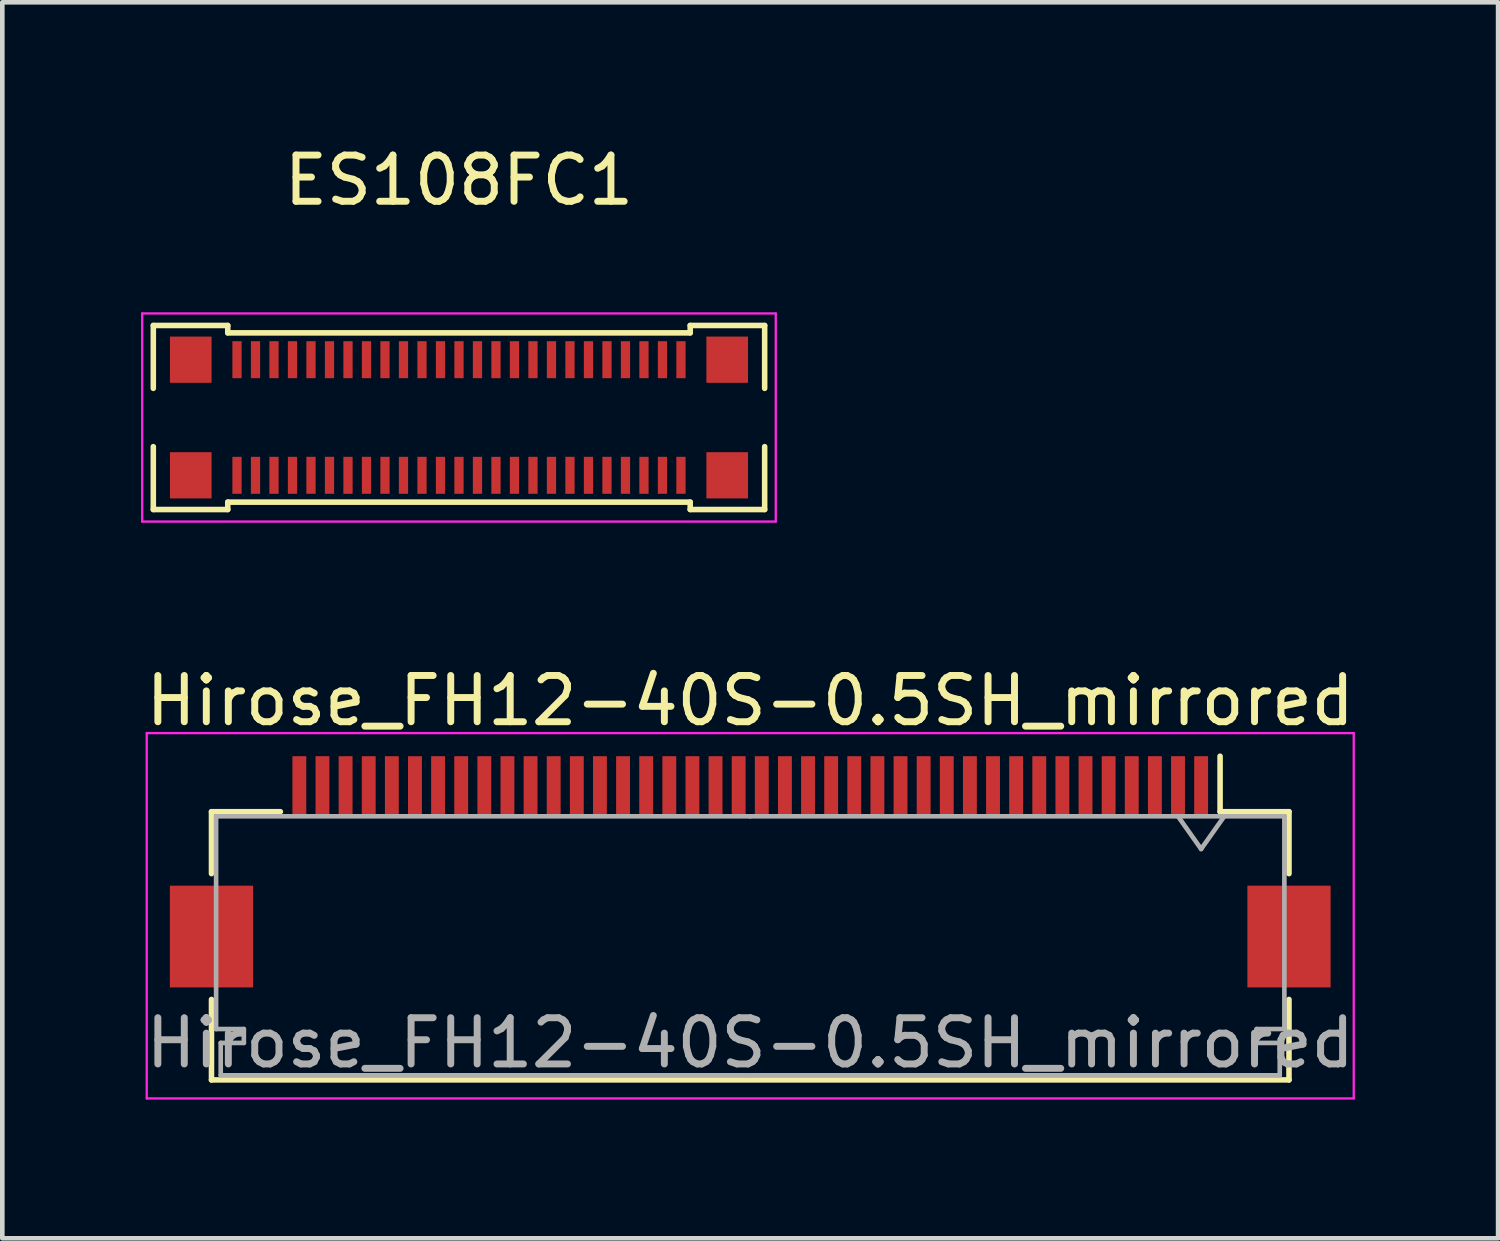
<source format=kicad_pcb>
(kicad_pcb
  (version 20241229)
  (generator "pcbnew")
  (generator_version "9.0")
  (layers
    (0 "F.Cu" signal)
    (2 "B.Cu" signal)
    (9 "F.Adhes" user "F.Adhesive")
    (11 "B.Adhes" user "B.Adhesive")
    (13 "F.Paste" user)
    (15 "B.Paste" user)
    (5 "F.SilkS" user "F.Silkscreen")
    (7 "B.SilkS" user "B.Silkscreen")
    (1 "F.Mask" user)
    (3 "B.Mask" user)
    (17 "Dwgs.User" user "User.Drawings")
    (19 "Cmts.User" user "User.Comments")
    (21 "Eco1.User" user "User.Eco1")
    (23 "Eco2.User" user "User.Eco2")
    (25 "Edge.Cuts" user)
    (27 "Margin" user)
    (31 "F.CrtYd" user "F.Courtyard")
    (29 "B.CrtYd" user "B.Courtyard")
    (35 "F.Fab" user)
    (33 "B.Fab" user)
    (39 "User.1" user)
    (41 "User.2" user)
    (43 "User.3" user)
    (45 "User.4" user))
  (footprint "Hirose_FH12-40S-0.5SH_mirrored"
    (layer "F.Cu")
    (at 13.173 15.802)
    (property "Reference" "Hirose_FH12-40S-0.5SH_mirrored" (at 0 -3.7 0) (layer "F.SilkS") (effects (font (size 1 1) (thickness 0.15))))
    (attr smd)
    (fp_line (start -11.65 -1.3) (end -11.65 0.04) (stroke (width 0.12) (type solid)) (layer "F.SilkS"))
    (fp_line (start -11.65 4.5) (end -11.65 2.76) (stroke (width 0.12) (type solid)) (layer "F.SilkS"))
    (fp_line (start -10.16 -1.3) (end -11.65 -1.3) (stroke (width 0.12) (type solid)) (layer "F.SilkS"))
    (fp_line (start 10.16 -1.3) (end 10.16 -2.5) (stroke (width 0.12) (type solid)) (layer "F.SilkS"))
    (fp_line (start 10.16 -1.3) (end 11.65 -1.3) (stroke (width 0.12) (type solid)) (layer "F.SilkS"))
    (fp_line (start 11.65 -1.3) (end 11.65 0.04) (stroke (width 0.12) (type solid)) (layer "F.SilkS"))
    (fp_line (start 11.65 2.76) (end 11.65 4.5) (stroke (width 0.12) (type solid)) (layer "F.SilkS"))
    (fp_line (start 11.65 4.5) (end -11.65 4.5) (stroke (width 0.12) (type solid)) (layer "F.SilkS"))
    (fp_line (start -13.05 -3) (end 13.05 -3) (stroke (width 0.05) (type solid)) (layer "F.CrtYd"))
    (fp_line (start -13.05 4.9) (end -13.05 -3) (stroke (width 0.05) (type solid)) (layer "F.CrtYd"))
    (fp_line (start 13.05 -3) (end 13.05 4.9) (stroke (width 0.05) (type solid)) (layer "F.CrtYd"))
    (fp_line (start 13.05 4.9) (end -13.05 4.9) (stroke (width 0.05) (type solid)) (layer "F.CrtYd"))
    (fp_line (start -11.55 -1.2) (end -11.55 3.4) (stroke (width 0.1) (type solid)) (layer "F.Fab"))
    (fp_line (start -11.55 3.4) (end -10.95 3.4) (stroke (width 0.1) (type solid)) (layer "F.Fab"))
    (fp_line (start -11.45 3.7) (end -11.45 4.4) (stroke (width 0.1) (type solid)) (layer "F.Fab"))
    (fp_line (start -11.45 4.4) (end 0 4.4) (stroke (width 0.1) (type solid)) (layer "F.Fab"))
    (fp_line (start -10.95 3.4) (end -10.95 3.7) (stroke (width 0.1) (type solid)) (layer "F.Fab"))
    (fp_line (start -10.95 3.7) (end -11.45 3.7) (stroke (width 0.1) (type solid)) (layer "F.Fab"))
    (fp_line (start 0 -1.2) (end -11.55 -1.2) (stroke (width 0.1) (type solid)) (layer "F.Fab"))
    (fp_line (start 0 -1.2) (end 11.55 -1.2) (stroke (width 0.1) (type solid)) (layer "F.Fab"))
    (fp_line (start 9.75 -0.493) (end 9.25 -1.2) (stroke (width 0.1) (type solid)) (layer "F.Fab"))
    (fp_line (start 10.25 -1.2) (end 9.75 -0.493) (stroke (width 0.1) (type solid)) (layer "F.Fab"))
    (fp_line (start 10.95 3.4) (end 10.95 3.7) (stroke (width 0.1) (type solid)) (layer "F.Fab"))
    (fp_line (start 10.95 3.7) (end 11.45 3.7) (stroke (width 0.1) (type solid)) (layer "F.Fab"))
    (fp_line (start 11.45 3.7) (end 11.45 4.4) (stroke (width 0.1) (type solid)) (layer "F.Fab"))
    (fp_line (start 11.45 4.4) (end 0 4.4) (stroke (width 0.1) (type solid)) (layer "F.Fab"))
    (fp_line (start 11.55 -1.2) (end 11.55 3.4) (stroke (width 0.1) (type solid)) (layer "F.Fab"))
    (fp_line (start 11.55 3.4) (end 10.95 3.4) (stroke (width 0.1) (type solid)) (layer "F.Fab"))
    (fp_text user "${REFERENCE}" (at 0 3.7 0) (layer "F.Fab") (effects (font (size 1 1) (thickness 0.15))))
    (pad "1" smd rect (at 9.75 -1.85) (size 0.3 1.3) (layers "F.Cu" "F.Mask" "F.Paste"))
    (pad "2" smd rect (at 9.25 -1.85) (size 0.3 1.3) (layers "F.Cu" "F.Mask" "F.Paste"))
    (pad "3" smd rect (at 8.75 -1.85) (size 0.3 1.3) (layers "F.Cu" "F.Mask" "F.Paste"))
    (pad "4" smd rect (at 8.25 -1.85) (size 0.3 1.3) (layers "F.Cu" "F.Mask" "F.Paste"))
    (pad "5" smd rect (at 7.75 -1.85) (size 0.3 1.3) (layers "F.Cu" "F.Mask" "F.Paste"))
    (pad "6" smd rect (at 7.25 -1.85) (size 0.3 1.3) (layers "F.Cu" "F.Mask" "F.Paste"))
    (pad "7" smd rect (at 6.75 -1.85) (size 0.3 1.3) (layers "F.Cu" "F.Mask" "F.Paste"))
    (pad "8" smd rect (at 6.25 -1.85) (size 0.3 1.3) (layers "F.Cu" "F.Mask" "F.Paste"))
    (pad "9" smd rect (at 5.75 -1.85) (size 0.3 1.3) (layers "F.Cu" "F.Mask" "F.Paste"))
    (pad "10" smd rect (at 5.25 -1.85) (size 0.3 1.3) (layers "F.Cu" "F.Mask" "F.Paste"))
    (pad "11" smd rect (at 4.75 -1.85) (size 0.3 1.3) (layers "F.Cu" "F.Mask" "F.Paste"))
    (pad "12" smd rect (at 4.25 -1.85) (size 0.3 1.3) (layers "F.Cu" "F.Mask" "F.Paste"))
    (pad "13" smd rect (at 3.75 -1.85) (size 0.3 1.3) (layers "F.Cu" "F.Mask" "F.Paste"))
    (pad "14" smd rect (at 3.25 -1.85) (size 0.3 1.3) (layers "F.Cu" "F.Mask" "F.Paste"))
    (pad "15" smd rect (at 2.75 -1.85) (size 0.3 1.3) (layers "F.Cu" "F.Mask" "F.Paste"))
    (pad "16" smd rect (at 2.25 -1.85) (size 0.3 1.3) (layers "F.Cu" "F.Mask" "F.Paste"))
    (pad "17" smd rect (at 1.75 -1.85) (size 0.3 1.3) (layers "F.Cu" "F.Mask" "F.Paste"))
    (pad "18" smd rect (at 1.25 -1.85) (size 0.3 1.3) (layers "F.Cu" "F.Mask" "F.Paste"))
    (pad "19" smd rect (at 0.75 -1.85) (size 0.3 1.3) (layers "F.Cu" "F.Mask" "F.Paste"))
    (pad "20" smd rect (at 0.25 -1.85) (size 0.3 1.3) (layers "F.Cu" "F.Mask" "F.Paste"))
    (pad "21" smd rect (at -0.25 -1.85) (size 0.3 1.3) (layers "F.Cu" "F.Mask" "F.Paste"))
    (pad "22" smd rect (at -0.75 -1.85) (size 0.3 1.3) (layers "F.Cu" "F.Mask" "F.Paste"))
    (pad "23" smd rect (at -1.25 -1.85) (size 0.3 1.3) (layers "F.Cu" "F.Mask" "F.Paste"))
    (pad "24" smd rect (at -1.75 -1.85) (size 0.3 1.3) (layers "F.Cu" "F.Mask" "F.Paste"))
    (pad "25" smd rect (at -2.25 -1.85) (size 0.3 1.3) (layers "F.Cu" "F.Mask" "F.Paste"))
    (pad "26" smd rect (at -2.75 -1.85) (size 0.3 1.3) (layers "F.Cu" "F.Mask" "F.Paste"))
    (pad "27" smd rect (at -3.25 -1.85) (size 0.3 1.3) (layers "F.Cu" "F.Mask" "F.Paste"))
    (pad "28" smd rect (at -3.75 -1.85) (size 0.3 1.3) (layers "F.Cu" "F.Mask" "F.Paste"))
    (pad "29" smd rect (at -4.25 -1.85) (size 0.3 1.3) (layers "F.Cu" "F.Mask" "F.Paste"))
    (pad "30" smd rect (at -4.75 -1.85) (size 0.3 1.3) (layers "F.Cu" "F.Mask" "F.Paste"))
    (pad "31" smd rect (at -5.25 -1.85) (size 0.3 1.3) (layers "F.Cu" "F.Mask" "F.Paste"))
    (pad "32" smd rect (at -5.75 -1.85) (size 0.3 1.3) (layers "F.Cu" "F.Mask" "F.Paste"))
    (pad "33" smd rect (at -6.25 -1.85) (size 0.3 1.3) (layers "F.Cu" "F.Mask" "F.Paste"))
    (pad "34" smd rect (at -6.75 -1.85) (size 0.3 1.3) (layers "F.Cu" "F.Mask" "F.Paste"))
    (pad "35" smd rect (at -7.25 -1.85) (size 0.3 1.3) (layers "F.Cu" "F.Mask" "F.Paste"))
    (pad "36" smd rect (at -7.75 -1.85) (size 0.3 1.3) (layers "F.Cu" "F.Mask" "F.Paste"))
    (pad "37" smd rect (at -8.25 -1.85) (size 0.3 1.3) (layers "F.Cu" "F.Mask" "F.Paste"))
    (pad "38" smd rect (at -8.75 -1.85) (size 0.3 1.3) (layers "F.Cu" "F.Mask" "F.Paste"))
    (pad "39" smd rect (at -9.25 -1.85) (size 0.3 1.3) (layers "F.Cu" "F.Mask" "F.Paste"))
    (pad "40" smd rect (at -9.75 -1.85) (size 0.3 1.3) (layers "F.Cu" "F.Mask" "F.Paste"))
    (pad "MP" smd rect (at -11.65 1.4) (size 1.8 2.2) (layers "F.Cu" "F.Mask" "F.Paste"))
    (pad "MP" smd rect (at 11.65 1.4) (size 1.8 2.2) (layers "F.Cu" "F.Mask" "F.Paste")))
  (footprint "ES108FC1"
    (layer "F.Cu")
    (at 6.875 5.928)
    (property "Reference" "ES108FC1" (at 0 -5.08 0) (layer "F.SilkS") (effects (font (size 1 1) (thickness 0.15))))
    (attr through_hole)
    (fp_line (start -6.61 -1.94) (end -5 -1.94) (stroke (width 0.12) (type solid)) (layer "F.SilkS"))
    (fp_line (start -6.61 -0.58) (end -6.61 -1.94) (stroke (width 0.12) (type solid)) (layer "F.SilkS"))
    (fp_line (start -6.61 0.68) (end -6.61 2.04) (stroke (width 0.12) (type solid)) (layer "F.SilkS"))
    (fp_line (start -6.61 2.04) (end -5 2.04) (stroke (width 0.12) (type solid)) (layer "F.SilkS"))
    (fp_line (start -5 -1.94) (end -5 -1.78) (stroke (width 0.12) (type solid)) (layer "F.SilkS"))
    (fp_line (start -5 -1.78) (end 5 -1.78) (stroke (width 0.12) (type solid)) (layer "F.SilkS"))
    (fp_line (start -5 2.04) (end -5 1.88) (stroke (width 0.12) (type solid)) (layer "F.SilkS"))
    (fp_line (start 5 -1.94) (end 5 -1.78) (stroke (width 0.12) (type solid)) (layer "F.SilkS"))
    (fp_line (start 5 1.88) (end -5 1.88) (stroke (width 0.12) (type solid)) (layer "F.SilkS"))
    (fp_line (start 5 2.04) (end 5 1.88) (stroke (width 0.12) (type solid)) (layer "F.SilkS"))
    (fp_line (start 6.61 -1.94) (end 5 -1.94) (stroke (width 0.12) (type solid)) (layer "F.SilkS"))
    (fp_line (start 6.61 -0.58) (end 6.61 -1.94) (stroke (width 0.12) (type solid)) (layer "F.SilkS"))
    (fp_line (start 6.61 0.68) (end 6.61 2.04) (stroke (width 0.12) (type solid)) (layer "F.SilkS"))
    (fp_line (start 6.61 2.04) (end 5 2.04) (stroke (width 0.12) (type solid)) (layer "F.SilkS"))
    (fp_line (start -6.85 -2.2) (end -6.85 2.3) (stroke (width 0.05) (type solid)) (layer "F.CrtYd"))
    (fp_line (start -6.85 -2.2) (end 6.85 -2.2) (stroke (width 0.05) (type solid)) (layer "F.CrtYd"))
    (fp_line (start -6.85 2.3) (end 6.85 2.3) (stroke (width 0.05) (type solid)) (layer "F.CrtYd"))
    (fp_line (start 6.85 -2.2) (end 6.85 2.3) (stroke (width 0.05) (type solid)) (layer "F.CrtYd"))
    (pad "0" smd rect (at -5.8 -1.2) (size 0.9 1) (layers "F.Cu" "F.Mask" "F.Paste"))
    (pad "0" smd rect (at -5.8 1.3 180) (size 0.9 1) (layers "F.Cu" "F.Mask" "F.Paste"))
    (pad "0" smd rect (at 5.8 -1.2) (size 0.9 1) (layers "F.Cu" "F.Mask" "F.Paste"))
    (pad "0" smd rect (at 5.8 1.3 180) (size 0.9 1) (layers "F.Cu" "F.Mask" "F.Paste"))
    (pad "1" smd rect (at -4.8 1.3 180) (size 0.2 0.8) (layers "F.Cu" "F.Mask" "F.Paste"))
    (pad "2" smd rect (at -4.8 -1.2) (size 0.2 0.8) (layers "F.Cu" "F.Mask" "F.Paste"))
    (pad "3" smd rect (at -4.4 1.3 180) (size 0.2 0.8) (layers "F.Cu" "F.Mask" "F.Paste"))
    (pad "4" smd rect (at -4.4 -1.2) (size 0.2 0.8) (layers "F.Cu" "F.Mask" "F.Paste"))
    (pad "5" smd rect (at -4 1.3 180) (size 0.2 0.8) (layers "F.Cu" "F.Mask" "F.Paste"))
    (pad "6" smd rect (at -4 -1.2) (size 0.2 0.8) (layers "F.Cu" "F.Mask" "F.Paste"))
    (pad "7" smd rect (at -3.6 1.3 180) (size 0.2 0.8) (layers "F.Cu" "F.Mask" "F.Paste"))
    (pad "8" smd rect (at -3.6 -1.2) (size 0.2 0.8) (layers "F.Cu" "F.Mask" "F.Paste"))
    (pad "9" smd rect (at -3.2 1.3 180) (size 0.2 0.8) (layers "F.Cu" "F.Mask" "F.Paste"))
    (pad "10" smd rect (at -3.2 -1.2) (size 0.2 0.8) (layers "F.Cu" "F.Mask" "F.Paste"))
    (pad "11" smd rect (at -2.8 1.3 180) (size 0.2 0.8) (layers "F.Cu" "F.Mask" "F.Paste"))
    (pad "12" smd rect (at -2.8 -1.2) (size 0.2 0.8) (layers "F.Cu" "F.Mask" "F.Paste"))
    (pad "13" smd rect (at -2.4 1.3 180) (size 0.2 0.8) (layers "F.Cu" "F.Mask" "F.Paste"))
    (pad "14" smd rect (at -2.4 -1.2) (size 0.2 0.8) (layers "F.Cu" "F.Mask" "F.Paste"))
    (pad "15" smd rect (at -2 1.3 180) (size 0.2 0.8) (layers "F.Cu" "F.Mask" "F.Paste"))
    (pad "16" smd rect (at -2 -1.2) (size 0.2 0.8) (layers "F.Cu" "F.Mask" "F.Paste"))
    (pad "17" smd rect (at -1.6 1.3 180) (size 0.2 0.8) (layers "F.Cu" "F.Mask" "F.Paste"))
    (pad "18" smd rect (at -1.6 -1.2) (size 0.2 0.8) (layers "F.Cu" "F.Mask" "F.Paste"))
    (pad "19" smd rect (at -1.2 1.3 180) (size 0.2 0.8) (layers "F.Cu" "F.Mask" "F.Paste"))
    (pad "20" smd rect (at -1.2 -1.2) (size 0.2 0.8) (layers "F.Cu" "F.Mask" "F.Paste"))
    (pad "21" smd rect (at -0.8 1.3 180) (size 0.2 0.8) (layers "F.Cu" "F.Mask" "F.Paste"))
    (pad "22" smd rect (at -0.8 -1.2) (size 0.2 0.8) (layers "F.Cu" "F.Mask" "F.Paste"))
    (pad "23" smd rect (at -0.4 1.3 180) (size 0.2 0.8) (layers "F.Cu" "F.Mask" "F.Paste"))
    (pad "24" smd rect (at -0.4 -1.2) (size 0.2 0.8) (layers "F.Cu" "F.Mask" "F.Paste"))
    (pad "25" smd rect (at 0 1.3 180) (size 0.2 0.8) (layers "F.Cu" "F.Mask" "F.Paste"))
    (pad "26" smd rect (at 0 -1.2) (size 0.2 0.8) (layers "F.Cu" "F.Mask" "F.Paste"))
    (pad "27" smd rect (at 0.4 1.3 180) (size 0.2 0.8) (layers "F.Cu" "F.Mask" "F.Paste"))
    (pad "28" smd rect (at 0.4 -1.2) (size 0.2 0.8) (layers "F.Cu" "F.Mask" "F.Paste"))
    (pad "29" smd rect (at 0.8 1.3 180) (size 0.2 0.8) (layers "F.Cu" "F.Mask" "F.Paste"))
    (pad "30" smd rect (at 0.8 -1.2) (size 0.2 0.8) (layers "F.Cu" "F.Mask" "F.Paste"))
    (pad "31" smd rect (at 1.2 1.3 180) (size 0.2 0.8) (layers "F.Cu" "F.Mask" "F.Paste"))
    (pad "32" smd rect (at 1.2 -1.2) (size 0.2 0.8) (layers "F.Cu" "F.Mask" "F.Paste"))
    (pad "33" smd rect (at 1.6 1.3 180) (size 0.2 0.8) (layers "F.Cu" "F.Mask" "F.Paste"))
    (pad "34" smd rect (at 1.6 -1.2) (size 0.2 0.8) (layers "F.Cu" "F.Mask" "F.Paste"))
    (pad "35" smd rect (at 2 1.3 180) (size 0.2 0.8) (layers "F.Cu" "F.Mask" "F.Paste"))
    (pad "36" smd rect (at 2 -1.2) (size 0.2 0.8) (layers "F.Cu" "F.Mask" "F.Paste"))
    (pad "37" smd rect (at 2.4 1.3 180) (size 0.2 0.8) (layers "F.Cu" "F.Mask" "F.Paste"))
    (pad "38" smd rect (at 2.4 -1.2) (size 0.2 0.8) (layers "F.Cu" "F.Mask" "F.Paste"))
    (pad "39" smd rect (at 2.8 1.3 180) (size 0.2 0.8) (layers "F.Cu" "F.Mask" "F.Paste"))
    (pad "40" smd rect (at 2.8 -1.2) (size 0.2 0.8) (layers "F.Cu" "F.Mask" "F.Paste"))
    (pad "41" smd rect (at 3.2 1.3 180) (size 0.2 0.8) (layers "F.Cu" "F.Mask" "F.Paste"))
    (pad "42" smd rect (at 3.2 -1.2) (size 0.2 0.8) (layers "F.Cu" "F.Mask" "F.Paste"))
    (pad "43" smd rect (at 3.6 1.3 180) (size 0.2 0.8) (layers "F.Cu" "F.Mask" "F.Paste"))
    (pad "44" smd rect (at 3.6 -1.2) (size 0.2 0.8) (layers "F.Cu" "F.Mask" "F.Paste"))
    (pad "45" smd rect (at 4 1.3 180) (size 0.2 0.8) (layers "F.Cu" "F.Mask" "F.Paste"))
    (pad "46" smd rect (at 4 -1.2) (size 0.2 0.8) (layers "F.Cu" "F.Mask" "F.Paste"))
    (pad "47" smd rect (at 4.4 1.3 180) (size 0.2 0.8) (layers "F.Cu" "F.Mask" "F.Paste"))
    (pad "48" smd rect (at 4.4 -1.2) (size 0.2 0.8) (layers "F.Cu" "F.Mask" "F.Paste"))
    (pad "49" smd rect (at 4.8 1.3 180) (size 0.2 0.8) (layers "F.Cu" "F.Mask" "F.Paste"))
    (pad "50" smd rect (at 4.8 -1.2) (size 0.2 0.8) (layers "F.Cu" "F.Mask" "F.Paste")))
  (gr_rect
    (start -3 -3)
    (end 29.345 23.727)
    (stroke (width 0.1) (type default))
    (fill no)
    (layer "Edge.Cuts")))
</source>
